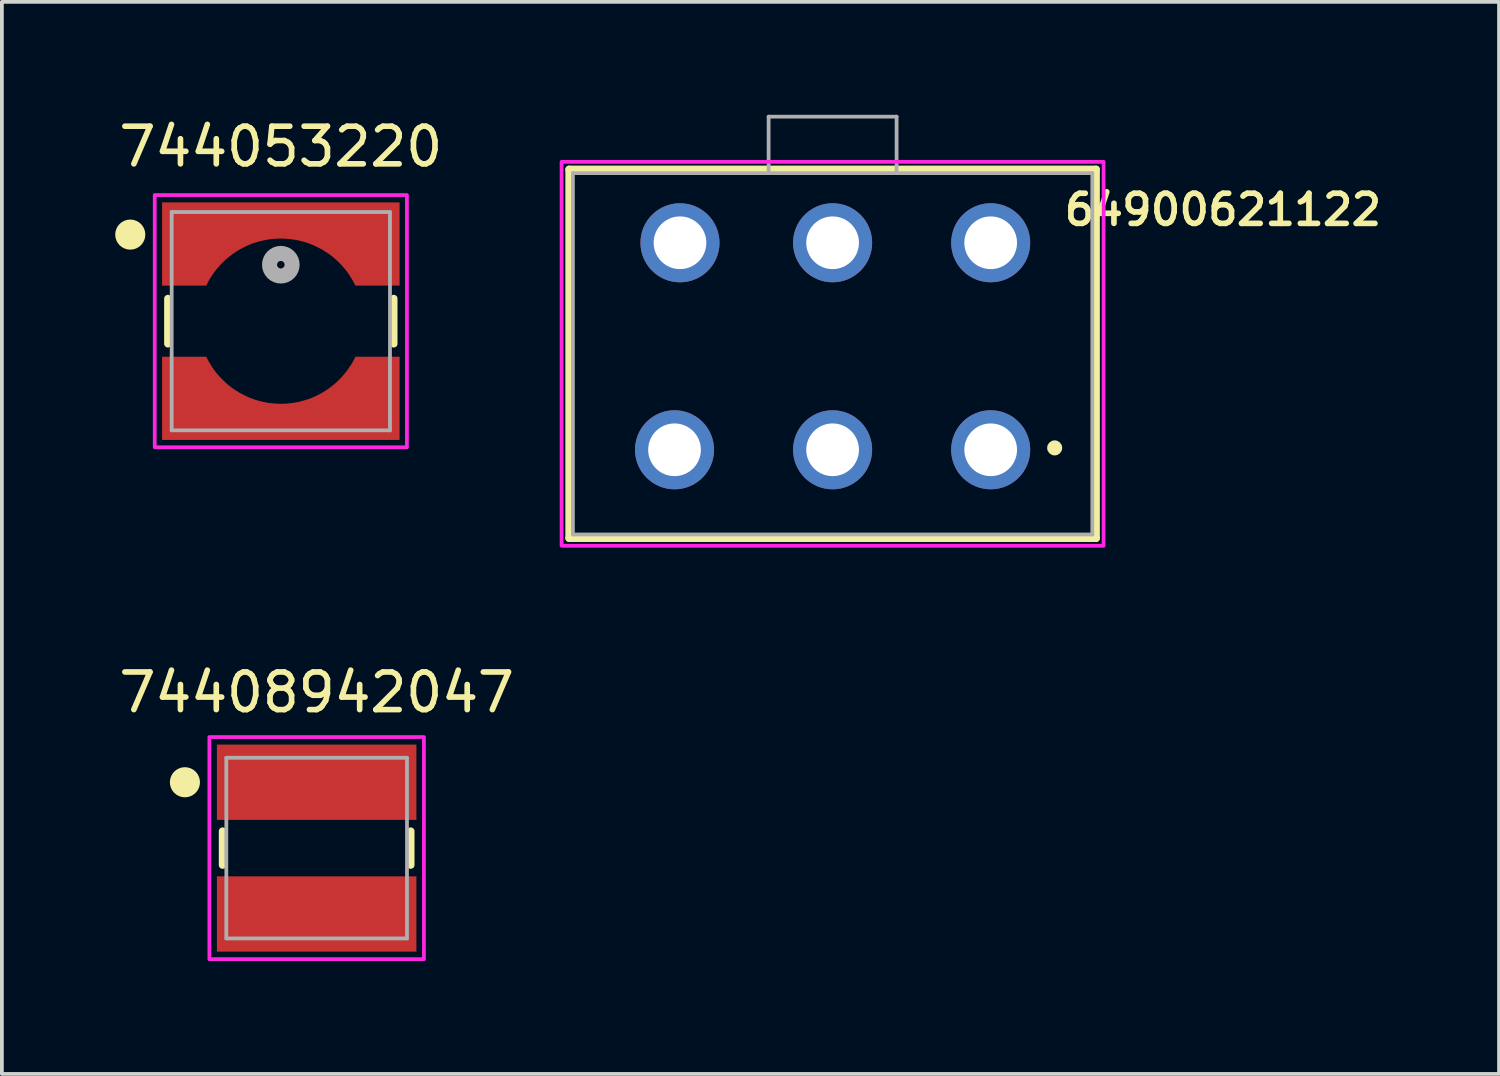
<source format=kicad_pcb>
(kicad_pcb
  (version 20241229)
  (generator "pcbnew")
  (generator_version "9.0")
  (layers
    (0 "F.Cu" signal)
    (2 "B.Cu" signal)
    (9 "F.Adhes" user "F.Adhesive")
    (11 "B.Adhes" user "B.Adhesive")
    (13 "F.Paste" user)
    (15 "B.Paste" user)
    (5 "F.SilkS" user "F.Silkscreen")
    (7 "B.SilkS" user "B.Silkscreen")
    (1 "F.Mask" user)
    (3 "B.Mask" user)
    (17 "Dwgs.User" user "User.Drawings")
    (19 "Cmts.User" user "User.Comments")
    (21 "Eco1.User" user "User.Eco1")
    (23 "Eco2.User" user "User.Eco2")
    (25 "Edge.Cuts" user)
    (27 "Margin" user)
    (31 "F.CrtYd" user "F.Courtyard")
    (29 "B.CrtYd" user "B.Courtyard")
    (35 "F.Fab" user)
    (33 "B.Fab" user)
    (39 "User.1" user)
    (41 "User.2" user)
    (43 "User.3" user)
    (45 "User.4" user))
  (footprint "64900621122"
    (layer "F.Cu")
    (at 19.071 6.35)
    (property "Reference" "64900621122" (at 10.37 -3.828 0) (layer "F.SilkS") (effects (font (size 0.8 0.8) (thickness 0.15))))
    (attr through_hole)
    (fp_line (start -7 -4.9) (end 7 -4.9) (stroke (width 0.2) (type solid)) (layer "F.SilkS"))
    (fp_line (start -7 4.9) (end -7 -4.9) (stroke (width 0.2) (type solid)) (layer "F.SilkS"))
    (fp_line (start 7 -4.9) (end 7 4.9) (stroke (width 0.2) (type solid)) (layer "F.SilkS"))
    (fp_line (start 7 4.9) (end -7 4.9) (stroke (width 0.2) (type solid)) (layer "F.SilkS"))
    (fp_circle (center 5.9 2.5) (end 6 2.5) (stroke (width 0.2) (type solid)) (fill no) (layer "F.SilkS"))
    (fp_poly (pts (xy -7.2 -5.1) (xy 7.2 -5.1) (xy 7.2 5.1) (xy -7.2 5.1)) (stroke (width 0.1) (type solid)) (fill no) (layer "F.CrtYd"))
    (fp_line (start -6.9 -4.8) (end 6.9 -4.8) (stroke (width 0.1) (type solid)) (layer "F.Fab"))
    (fp_line (start -6.9 4.8) (end -6.9 -4.8) (stroke (width 0.1) (type solid)) (layer "F.Fab"))
    (fp_line (start -1.7 -6.3) (end 1.7 -6.3) (stroke (width 0.1) (type solid)) (layer "F.Fab"))
    (fp_line (start -1.7 -4.8) (end -1.7 -6.3) (stroke (width 0.1) (type solid)) (layer "F.Fab"))
    (fp_line (start 1.7 -6.3) (end 1.7 -4.8) (stroke (width 0.1) (type solid)) (layer "F.Fab"))
    (fp_line (start 6.9 -4.8) (end 6.9 4.8) (stroke (width 0.1) (type solid)) (layer "F.Fab"))
    (fp_line (start 6.9 4.8) (end -6.9 4.8) (stroke (width 0.1) (type solid)) (layer "F.Fab"))
    (pad "1" thru_hole circle (at 4.2 2.55) (size 2.1 2.1) (drill 1.4) (layers "*.Cu" "*.Mask"))
    (pad "2" thru_hole circle (at 0 2.55) (size 2.1 2.1) (drill 1.4) (layers "*.Cu" "*.Mask"))
    (pad "3" thru_hole circle (at -4.2 2.55) (size 2.1 2.1) (drill 1.4) (layers "*.Cu" "*.Mask"))
    (pad "4" thru_hole circle (at 4.2 -2.95) (size 2.1 2.1) (drill 1.4) (layers "*.Cu" "*.Mask"))
    (pad "5" thru_hole circle (at 0 -2.95) (size 2.1 2.1) (drill 1.4) (layers "*.Cu" "*.Mask"))
    (pad "6" thru_hole circle (at -4.055 -2.95) (size 2.1 2.1) (drill 1.4) (layers "*.Cu" "*.Mask")))
  (footprint "74408942047"
    (layer "F.Cu")
    (at 5.363 19.483)
    (property "Reference" "74408942047" (at 0 -4.135 0) (layer "F.SilkS") (effects (font (size 1 1) (thickness 0.15))))
    (attr smd)
    (fp_line (start -2.5 0.45) (end -2.5 -0.45) (stroke (width 0.2) (type solid)) (layer "F.SilkS"))
    (fp_line (start 2.5 -0.45) (end 2.5 0.45) (stroke (width 0.2) (type solid)) (layer "F.SilkS"))
    (fp_circle (center -3.5 -1.75) (end -3.3 -1.75) (stroke (width 0.4) (type solid)) (fill no) (layer "F.SilkS"))
    (fp_poly (pts (xy 2.85 -2.95) (xy 2.85 2.95) (xy -2.85 2.95) (xy -2.85 -2.95)) (stroke (width 0.1) (type solid)) (fill no) (layer "F.CrtYd"))
    (fp_line (start -2.4 -2.4) (end 2.4 -2.4) (stroke (width 0.1) (type solid)) (layer "F.Fab"))
    (fp_line (start -2.4 2.4) (end -2.4 -2.4) (stroke (width 0.1) (type solid)) (layer "F.Fab"))
    (fp_line (start 2.4 -2.4) (end 2.4 2.4) (stroke (width 0.1) (type solid)) (layer "F.Fab"))
    (fp_line (start 2.4 2.4) (end -2.4 2.4) (stroke (width 0.1) (type solid)) (layer "F.Fab"))
    (pad "1" smd rect (at 0 -1.75) (size 5.3 2) (layers "F.Cu" "F.Mask" "F.Paste"))
    (pad "2" smd rect (at 0 1.75) (size 5.3 2) (layers "F.Cu" "F.Mask" "F.Paste")))
  (footprint "744053220"
    (layer "F.Cu")
    (at 4.411 5.483)
    (property "Reference" "744053220" (at 0 -4.635 0) (layer "F.SilkS") (effects (font (size 1 1) (thickness 0.15))))
    (attr smd)
    (fp_poly (pts (xy -3.25 3.25) (xy -3.25 0.85) (xy -1.922 0.85) (xy -1.909 0.874) (xy -1.88 0.932) (xy -1.858 0.979) (xy -1.821 1.047) (xy -1.79 1.098) (xy -1.75 1.161) (xy -1.712 1.217) (xy -1.664 1.282) (xy -1.614 1.345) (xy -1.569 1.397) (xy -1.505 1.465) (xy -1.458 1.512) (xy -1.41 1.559) (xy -1.378 1.584) (xy -1.274 1.674) (xy -1.195 1.728) (xy -1.097 1.793) (xy -0.993 1.852) (xy -0.898 1.901) (xy -0.797 1.943) (xy -0.702 1.98) (xy -0.601 2.014) (xy -0.511 2.037) (xy -0.439 2.055) (xy -0.378 2.066) (xy -0.298 2.081) (xy -0.23 2.087) (xy -0.18 2.093) (xy -0.058 2.1) (xy 0.006 2.101) (xy 0.098 2.098) (xy 0.166 2.093) (xy 0.222 2.089) (xy 0.301 2.079) (xy 0.369 2.068) (xy 0.428 2.057) (xy 0.514 2.037) (xy 0.596 2.015) (xy 0.661 1.994) (xy 0.761 1.958) (xy 0.829 1.929) (xy 0.932 1.882) (xy 0.998 1.848) (xy 1.053 1.817) (xy 1.102 1.788) (xy 1.149 1.757) (xy 1.196 1.725) (xy 1.251 1.688) (xy 1.321 1.633) (xy 1.383 1.581) (xy 1.445 1.525) (xy 1.501 1.467) (xy 1.564 1.403) (xy 1.634 1.32) (xy 1.679 1.263) (xy 1.73 1.19) (xy 1.771 1.127) (xy 1.83 1.029) (xy 1.878 0.944) (xy 1.92 0.85) (xy 3.25 0.85) (xy 3.25 3.25)) (stroke (width 0.01) (type solid)) (fill yes) (layer "F.Mask"))
    (fp_poly (pts (xy 3.25 -3.25) (xy 3.25 -0.85) (xy 1.922 -0.85) (xy 1.909 -0.874) (xy 1.88 -0.932) (xy 1.858 -0.979) (xy 1.821 -1.047) (xy 1.79 -1.098) (xy 1.75 -1.161) (xy 1.712 -1.217) (xy 1.664 -1.282) (xy 1.614 -1.345) (xy 1.569 -1.397) (xy 1.505 -1.465) (xy 1.458 -1.512) (xy 1.41 -1.559) (xy 1.378 -1.584) (xy 1.274 -1.674) (xy 1.195 -1.728) (xy 1.097 -1.793) (xy 0.993 -1.852) (xy 0.898 -1.901) (xy 0.797 -1.943) (xy 0.702 -1.98) (xy 0.601 -2.014) (xy 0.511 -2.037) (xy 0.439 -2.055) (xy 0.378 -2.066) (xy 0.298 -2.081) (xy 0.23 -2.087) (xy 0.18 -2.093) (xy 0.058 -2.1) (xy -0.006 -2.101) (xy -0.098 -2.098) (xy -0.166 -2.093) (xy -0.222 -2.089) (xy -0.301 -2.079) (xy -0.369 -2.068) (xy -0.428 -2.057) (xy -0.514 -2.037) (xy -0.596 -2.015) (xy -0.661 -1.994) (xy -0.761 -1.958) (xy -0.829 -1.929) (xy -0.932 -1.882) (xy -0.998 -1.848) (xy -1.053 -1.817) (xy -1.102 -1.788) (xy -1.149 -1.757) (xy -1.196 -1.725) (xy -1.251 -1.688) (xy -1.321 -1.633) (xy -1.383 -1.581) (xy -1.445 -1.525) (xy -1.501 -1.467) (xy -1.564 -1.403) (xy -1.634 -1.32) (xy -1.679 -1.263) (xy -1.73 -1.19) (xy -1.771 -1.127) (xy -1.83 -1.029) (xy -1.878 -0.944) (xy -1.92 -0.85) (xy -3.25 -0.85) (xy -3.25 -3.25)) (stroke (width 0.01) (type solid)) (fill yes) (layer "F.Mask"))
    (fp_line (start -3 -0.6) (end -3 0.6) (stroke (width 0.2) (type solid)) (layer "F.SilkS"))
    (fp_line (start 3 -0.6) (end 3 0.6) (stroke (width 0.2) (type solid)) (layer "F.SilkS"))
    (fp_circle (center -4 -2.3) (end -3.8 -2.3) (stroke (width 0.4) (type solid)) (fill no) (layer "F.SilkS"))
    (fp_poly (pts (xy -3.15 3.151) (xy -3.15 0.95) (xy -1.985 0.95) (xy -1.965 0.986) (xy -1.94 1.034) (xy -1.911 1.087) (xy -1.873 1.149) (xy -1.833 1.215) (xy -1.794 1.274) (xy -1.753 1.33) (xy -1.694 1.403) (xy -1.632 1.473) (xy -1.567 1.543) (xy -1.501 1.607) (xy -1.422 1.679) (xy -1.357 1.732) (xy -1.278 1.791) (xy -1.179 1.856) (xy -1.092 1.911) (xy -1.013 1.951) (xy -0.901 2.006) (xy -0.817 2.043) (xy -0.727 2.076) (xy -0.651 2.102) (xy -0.577 2.122) (xy -0.487 2.146) (xy -0.25 2.185) (xy -0.192 2.191) (xy -0.139 2.194) (xy -0.083 2.198) (xy -0.032 2.2) (xy 0.099 2.197) (xy 0.169 2.194) (xy 0.235 2.188) (xy 0.296 2.18) (xy 0.361 2.17) (xy 0.434 2.156) (xy 0.492 2.145) (xy 0.548 2.13) (xy 0.6 2.116) (xy 0.676 2.093) (xy 0.742 2.073) (xy 0.815 2.045) (xy 0.923 1.997) (xy 1.006 1.957) (xy 1.087 1.913) (xy 1.176 1.859) (xy 1.244 1.815) (xy 1.3 1.775) (xy 1.363 1.727) (xy 1.431 1.671) (xy 1.498 1.612) (xy 1.563 1.548) (xy 1.626 1.482) (xy 1.689 1.41) (xy 1.732 1.356) (xy 1.78 1.294) (xy 1.831 1.217) (xy 1.882 1.142) (xy 1.927 1.063) (xy 1.963 0.991) (xy 1.986 0.948) (xy 1.986 0.95) (xy 3.15 0.95) (xy 3.15 3.151)) (stroke (width 0.01) (type solid)) (fill yes) (layer "F.Paste"))
    (fp_poly (pts (xy 3.15 -3.151) (xy 3.15 -0.95) (xy 1.985 -0.95) (xy 1.965 -0.986) (xy 1.94 -1.034) (xy 1.911 -1.087) (xy 1.873 -1.149) (xy 1.833 -1.215) (xy 1.794 -1.274) (xy 1.753 -1.33) (xy 1.694 -1.403) (xy 1.632 -1.473) (xy 1.567 -1.543) (xy 1.501 -1.607) (xy 1.422 -1.679) (xy 1.357 -1.732) (xy 1.278 -1.791) (xy 1.179 -1.856) (xy 1.092 -1.911) (xy 1.013 -1.951) (xy 0.901 -2.006) (xy 0.817 -2.043) (xy 0.727 -2.076) (xy 0.651 -2.102) (xy 0.577 -2.122) (xy 0.487 -2.146) (xy 0.25 -2.185) (xy 0.192 -2.191) (xy 0.139 -2.194) (xy 0.083 -2.198) (xy 0.032 -2.2) (xy -0.099 -2.197) (xy -0.169 -2.194) (xy -0.235 -2.188) (xy -0.296 -2.18) (xy -0.361 -2.17) (xy -0.434 -2.156) (xy -0.492 -2.145) (xy -0.548 -2.13) (xy -0.6 -2.116) (xy -0.676 -2.093) (xy -0.742 -2.073) (xy -0.815 -2.045) (xy -0.923 -1.997) (xy -1.006 -1.957) (xy -1.087 -1.913) (xy -1.176 -1.859) (xy -1.244 -1.815) (xy -1.3 -1.775) (xy -1.363 -1.727) (xy -1.431 -1.671) (xy -1.498 -1.612) (xy -1.563 -1.548) (xy -1.626 -1.482) (xy -1.689 -1.41) (xy -1.732 -1.356) (xy -1.78 -1.294) (xy -1.831 -1.217) (xy -1.882 -1.142) (xy -1.927 -1.063) (xy -1.963 -0.991) (xy -1.986 -0.948) (xy -1.986 -0.95) (xy -3.15 -0.95) (xy -3.15 -3.151)) (stroke (width 0.01) (type solid)) (fill yes) (layer "F.Paste"))
    (fp_poly (pts (xy 3.35 -3.35) (xy 3.35 3.35) (xy -3.35 3.35) (xy -3.35 -3.35)) (stroke (width 0.1) (type solid)) (fill no) (layer "F.CrtYd"))
    (fp_line (start -2.9 -2.9) (end 2.9 -2.9) (stroke (width 0.1) (type solid)) (layer "F.Fab"))
    (fp_line (start -2.9 2.9) (end -2.9 -2.9) (stroke (width 0.1) (type solid)) (layer "F.Fab"))
    (fp_line (start -2.9 2.9) (end 2.9 2.9) (stroke (width 0.1) (type solid)) (layer "F.Fab"))
    (fp_line (start 2.9 2.9) (end 2.9 -2.9) (stroke (width 0.1) (type solid)) (layer "F.Fab"))
    (fp_circle (center 0 -1.5) (end 0.1 -1.5) (stroke (width 0.4) (type solid)) (fill no) (layer "F.Fab"))
    (pad "1" smd custom (at 0 -2.6) (size 6.3 0.8) (layers "F.Cu") (options (anchor rect)) (primitives (gr_poly (pts (xy 3.15 -0.551) (xy 3.15 1.65) (xy 1.985 1.65) (xy 1.965 1.614) (xy 1.94 1.566) (xy 1.911 1.513) (xy 1.873 1.451) (xy 1.833 1.385) (xy 1.794 1.326) (xy 1.753 1.27) (xy 1.694 1.197) (xy 1.632 1.127) (xy 1.567 1.057) (xy 1.501 0.993) (xy 1.422 0.921) (xy 1.357 0.868) (xy 1.278 0.809) (xy 1.179 0.744) (xy 1.092 0.689) (xy 1.013 0.649) (xy 0.901 0.594) (xy 0.817 0.557) (xy 0.727 0.524) (xy 0.651 0.498) (xy 0.577 0.478) (xy 0.487 0.454) (xy 0.43 0.443) (xy 0.362 0.43) (xy 0.306 0.422) (xy 0.25 0.415) (xy 0.192 0.409) (xy 0.139 0.406) (xy 0.083 0.402) (xy 0.032 0.4) (xy -0.026 0.401) (xy -0.099 0.403) (xy -0.169 0.406) (xy -0.235 0.412) (xy -0.296 0.42) (xy -0.361 0.43) (xy -0.434 0.444) (xy -0.492 0.455) (xy -0.548 0.47) (xy -0.6 0.484) (xy -0.676 0.507) (xy -0.742 0.527) (xy -0.815 0.555) (xy -0.923 0.603) (xy -1.006 0.643) (xy -1.087 0.687) (xy -1.176 0.741) (xy -1.244 0.785) (xy -1.3 0.825) (xy -1.363 0.873) (xy -1.431 0.929) (xy -1.498 0.988) (xy -1.563 1.052) (xy -1.626 1.118) (xy -1.689 1.19) (xy -1.732 1.244) (xy -1.78 1.306) (xy -1.831 1.383) (xy -1.882 1.458) (xy -1.927 1.537) (xy -1.963 1.609) (xy -1.986 1.652) (xy -1.986 1.65) (xy -3.15 1.65) (xy -3.15 -0.551)) (width 0.01) (fill yes))))
    (pad "2" smd custom (at 0 2.6) (size 6.3 0.8) (layers "F.Cu") (options (anchor rect)) (primitives (gr_poly (pts (xy -3.15 0.551) (xy -3.15 -1.65) (xy -1.985 -1.65) (xy -1.965 -1.614) (xy -1.94 -1.566) (xy -1.911 -1.513) (xy -1.873 -1.451) (xy -1.833 -1.385) (xy -1.794 -1.326) (xy -1.753 -1.27) (xy -1.694 -1.197) (xy -1.632 -1.127) (xy -1.567 -1.057) (xy -1.501 -0.993) (xy -1.422 -0.921) (xy -1.357 -0.868) (xy -1.278 -0.809) (xy -1.179 -0.744) (xy -1.092 -0.689) (xy -1.013 -0.649) (xy -0.901 -0.594) (xy -0.817 -0.557) (xy -0.727 -0.524) (xy -0.651 -0.498) (xy -0.577 -0.478) (xy -0.487 -0.454) (xy -0.43 -0.443) (xy -0.362 -0.43) (xy -0.306 -0.422) (xy -0.25 -0.415) (xy -0.192 -0.409) (xy -0.139 -0.406) (xy -0.083 -0.402) (xy -0.032 -0.4) (xy 0.026 -0.401) (xy 0.099 -0.403) (xy 0.169 -0.406) (xy 0.235 -0.412) (xy 0.296 -0.42) (xy 0.361 -0.43) (xy 0.492 -0.455) (xy 0.548 -0.47) (xy 0.6 -0.484) (xy 0.676 -0.507) (xy 0.742 -0.527) (xy 0.815 -0.555) (xy 0.923 -0.603) (xy 1.006 -0.643) (xy 1.087 -0.687) (xy 1.176 -0.741) (xy 1.244 -0.785) (xy 1.3 -0.825) (xy 1.363 -0.873) (xy 1.431 -0.929) (xy 1.498 -0.988) (xy 1.563 -1.052) (xy 1.626 -1.118) (xy 1.689 -1.19) (xy 1.732 -1.244) (xy 1.78 -1.306) (xy 1.831 -1.383) (xy 1.882 -1.458) (xy 1.927 -1.537) (xy 1.963 -1.609) (xy 1.986 -1.652) (xy 1.986 -1.65) (xy 3.15 -1.65) (xy 3.15 0.551)) (width 0.01) (fill yes)))))
  (gr_rect
    (start -3 -3)
    (end 36.777 25.483)
    (stroke (width 0.1) (type default))
    (fill no)
    (layer "Edge.Cuts")))
</source>
